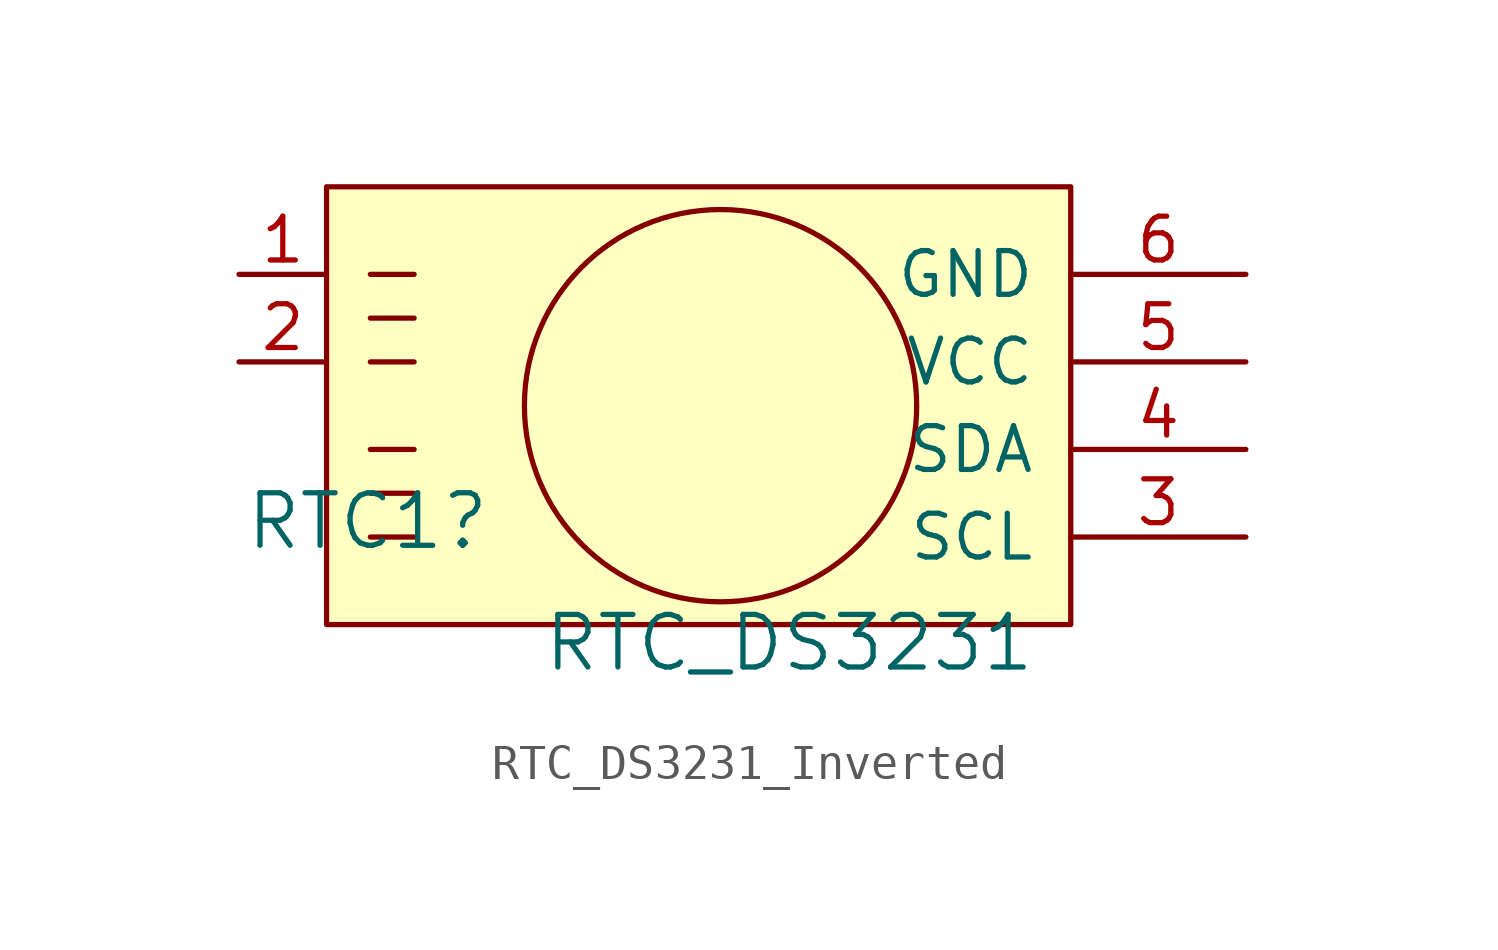
<source format=kicad_sym>
(kicad_symbol_lib
  (version 20220914)
  (generator kicad_symbol_editor)
  (symbol "RTC_DS3231_Inverted"
    (pin_names
      (offset 1.016))
    (property "Reference" "RTC1"
      (at -6.655 -2.083 0)
      (effects (font (size 1.524 1.524)) (justify right)))
    (property "Value" "RTC_DS3231"
      (at 9.169 -5.613 0)
      (effects (font (size 1.524 1.524)) (justify right)))
    (symbol "RTC_DS3231_Inverted_0_1"
      (rectangle (start -11.43 7.62) (end 10.16 -5.08) (stroke (width 0) (type default)) (fill (type background)))
      (polyline (pts (xy -10.16 -2.54) (xy -8.89 -2.54)) (stroke (width 0) (type default)) (fill (type none)))
      (polyline (pts (xy -10.16 -1.27) (xy -8.89 -1.27)) (stroke (width 0) (type default)) (fill (type none)))
      (polyline (pts (xy -10.16 0) (xy -8.89 0)) (stroke (width 0) (type default)) (fill (type none)))
      (polyline (pts (xy -10.16 2.54) (xy -8.89 2.54)) (stroke (width 0) (type default)) (fill (type none)))
      (polyline (pts (xy -10.16 3.81) (xy -8.89 3.81)) (stroke (width 0) (type default)) (fill (type none)))
      (polyline (pts (xy -10.16 5.08) (xy -8.89 5.08)) (stroke (width 0) (type default)) (fill (type none)))
      (circle (center 0 1.27) (radius 5.69) (stroke (width 0) (type default)) (fill (type none))))
    (symbol "RTC_DS3231_Inverted_1_1"
      (pin free line (at -13.97 5.08 0) (length 2.54) (name "" (effects (font (size 1.27 1.27)))) (number "1" (effects (font (size 1.27 1.27)))))
      (pin free line (at -13.97 2.54 0) (length 2.54) (name "" (effects (font (size 1.27 1.27)))) (number "2" (effects (font (size 1.27 1.27)))))
      (pin input line (at 15.24 -2.54 180) (length 5.08) (name "SCL" (effects (font (size 1.27 1.27)))) (number "3" (effects (font (size 1.27 1.27)))))
      (pin bidirectional line (at 15.24 0 180) (length 5.08) (name "SDA" (effects (font (size 1.27 1.27)))) (number "4" (effects (font (size 1.27 1.27)))))
      (pin power_in line (at 15.24 2.54 180) (length 5.08) (name "VCC" (effects (font (size 1.27 1.27)))) (number "5" (effects (font (size 1.27 1.27)))))
      (pin power_in line (at 15.24 5.08 180) (length 5.08) (name "GND" (effects (font (size 1.27 1.27)))) (number "6" (effects (font (size 1.27 1.27))))))))
</source>
